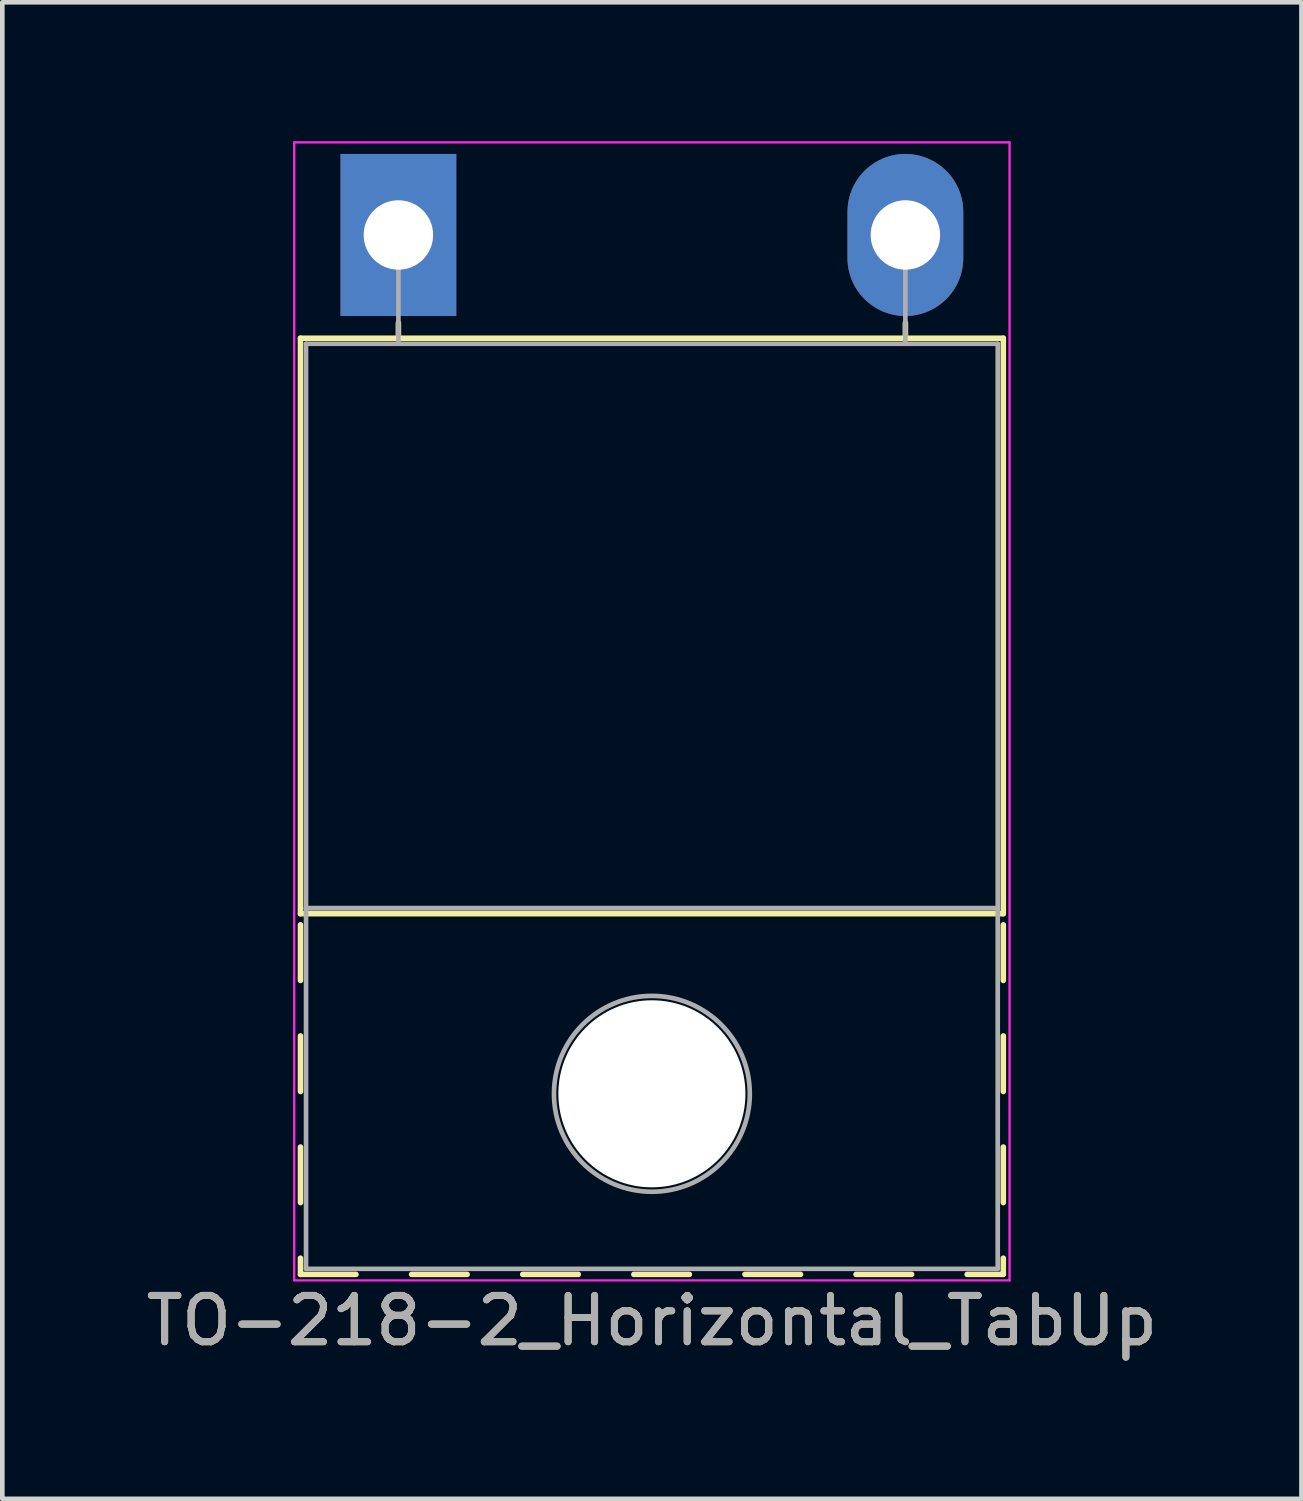
<source format=kicad_pcb>
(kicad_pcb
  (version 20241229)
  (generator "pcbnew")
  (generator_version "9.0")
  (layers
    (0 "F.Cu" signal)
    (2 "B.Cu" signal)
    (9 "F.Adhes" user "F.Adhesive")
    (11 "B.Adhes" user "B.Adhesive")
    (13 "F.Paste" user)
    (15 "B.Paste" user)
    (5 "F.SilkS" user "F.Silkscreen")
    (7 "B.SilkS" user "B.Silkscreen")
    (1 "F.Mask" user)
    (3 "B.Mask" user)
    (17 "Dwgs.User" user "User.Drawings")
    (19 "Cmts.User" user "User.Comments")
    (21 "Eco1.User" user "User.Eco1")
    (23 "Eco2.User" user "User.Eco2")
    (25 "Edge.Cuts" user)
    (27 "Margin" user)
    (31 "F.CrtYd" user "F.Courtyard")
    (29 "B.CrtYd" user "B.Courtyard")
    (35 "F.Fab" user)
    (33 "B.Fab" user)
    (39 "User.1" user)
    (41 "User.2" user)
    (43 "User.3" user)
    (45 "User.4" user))
  (footprint "TO-218-2_Horizontal_TabUp"
    (layer "F.Cu")
    (at 5.555 2.025)
    (property "Reference" "TO-218-2_Horizontal_TabUp" (at 5.475 23.45 0) (layer "F.SilkS") (effects (font (size 1 1) (thickness 0.15))))
    (attr through_hole)
    (fp_line (start -2.115 2.23) (end -2.115 14.66) (stroke (width 0.12) (type solid)) (layer "F.SilkS"))
    (fp_line (start -2.115 2.23) (end 13.065 2.23) (stroke (width 0.12) (type solid)) (layer "F.SilkS"))
    (fp_line (start -2.115 14.66) (end 13.065 14.66) (stroke (width 0.12) (type solid)) (layer "F.SilkS"))
    (fp_line (start -2.115 14.9) (end -2.115 16.101) (stroke (width 0.12) (type solid)) (layer "F.SilkS"))
    (fp_line (start -2.115 17.3) (end -2.115 18.5) (stroke (width 0.12) (type solid)) (layer "F.SilkS"))
    (fp_line (start -2.115 19.7) (end -2.115 20.9) (stroke (width 0.12) (type solid)) (layer "F.SilkS"))
    (fp_line (start -2.115 22.1) (end -2.115 22.45) (stroke (width 0.12) (type solid)) (layer "F.SilkS"))
    (fp_line (start -2.115 22.45) (end -0.916 22.45) (stroke (width 0.12) (type solid)) (layer "F.SilkS"))
    (fp_line (start 0 1.9) (end 0 2.23) (stroke (width 0.12) (type solid)) (layer "F.SilkS"))
    (fp_line (start 0.285 22.45) (end 1.485 22.45) (stroke (width 0.12) (type solid)) (layer "F.SilkS"))
    (fp_line (start 2.685 22.45) (end 3.885 22.45) (stroke (width 0.12) (type solid)) (layer "F.SilkS"))
    (fp_line (start 5.085 22.45) (end 6.285 22.45) (stroke (width 0.12) (type solid)) (layer "F.SilkS"))
    (fp_line (start 7.485 22.45) (end 8.685 22.45) (stroke (width 0.12) (type solid)) (layer "F.SilkS"))
    (fp_line (start 9.885 22.45) (end 11.085 22.45) (stroke (width 0.12) (type solid)) (layer "F.SilkS"))
    (fp_line (start 10.95 1.9) (end 10.95 2.23) (stroke (width 0.12) (type solid)) (layer "F.SilkS"))
    (fp_line (start 12.285 22.45) (end 13.065 22.45) (stroke (width 0.12) (type solid)) (layer "F.SilkS"))
    (fp_line (start 13.065 2.23) (end 13.065 14.66) (stroke (width 0.12) (type solid)) (layer "F.SilkS"))
    (fp_line (start 13.065 14.9) (end 13.065 16.101) (stroke (width 0.12) (type solid)) (layer "F.SilkS"))
    (fp_line (start 13.065 17.3) (end 13.065 18.5) (stroke (width 0.12) (type solid)) (layer "F.SilkS"))
    (fp_line (start 13.065 19.7) (end 13.065 20.9) (stroke (width 0.12) (type solid)) (layer "F.SilkS"))
    (fp_line (start 13.065 22.1) (end 13.065 22.45) (stroke (width 0.12) (type solid)) (layer "F.SilkS"))
    (fp_line (start -2.25 -2) (end -2.25 22.58) (stroke (width 0.05) (type solid)) (layer "F.CrtYd"))
    (fp_line (start -2.25 22.58) (end 13.2 22.58) (stroke (width 0.05) (type solid)) (layer "F.CrtYd"))
    (fp_line (start 13.2 -2) (end -2.25 -2) (stroke (width 0.05) (type solid)) (layer "F.CrtYd"))
    (fp_line (start 13.2 22.58) (end 13.2 -2) (stroke (width 0.05) (type solid)) (layer "F.CrtYd"))
    (fp_line (start -1.995 2.35) (end -1.995 14.54) (stroke (width 0.1) (type solid)) (layer "F.Fab"))
    (fp_line (start -1.995 14.54) (end -1.995 22.33) (stroke (width 0.1) (type solid)) (layer "F.Fab"))
    (fp_line (start -1.995 14.54) (end 12.945 14.54) (stroke (width 0.1) (type solid)) (layer "F.Fab"))
    (fp_line (start -1.995 22.33) (end 12.945 22.33) (stroke (width 0.1) (type solid)) (layer "F.Fab"))
    (fp_line (start 0 2.35) (end 0 0) (stroke (width 0.1) (type solid)) (layer "F.Fab"))
    (fp_line (start 10.95 2.35) (end 10.95 0) (stroke (width 0.1) (type solid)) (layer "F.Fab"))
    (fp_line (start 12.945 2.35) (end -1.995 2.35) (stroke (width 0.1) (type solid)) (layer "F.Fab"))
    (fp_line (start 12.945 14.54) (end -1.995 14.54) (stroke (width 0.1) (type solid)) (layer "F.Fab"))
    (fp_line (start 12.945 14.54) (end 12.945 2.35) (stroke (width 0.1) (type solid)) (layer "F.Fab"))
    (fp_line (start 12.945 22.33) (end 12.945 14.54) (stroke (width 0.1) (type solid)) (layer "F.Fab"))
    (fp_circle (center 5.475 18.55) (end 7.59 18.55) (stroke (width 0.1) (type solid)) (fill no) (layer "F.Fab"))
    (fp_text user "${REFERENCE}" (at 5.475 23.45 0) (layer "F.Fab") (effects (font (size 1 1) (thickness 0.15))))
    (pad "" np_thru_hole oval (at 5.475 18.55) (size 4.04 4.04) (drill 4.04) (layers "*.Cu" "*.Mask"))
    (pad "1" thru_hole rect (at 0 0) (size 2.5 3.5) (drill 1.5) (layers "*.Cu" "*.Mask"))
    (pad "2" thru_hole oval (at 10.95 0) (size 2.5 3.5) (drill 1.5) (layers "*.Cu" "*.Mask")))
  (gr_rect
    (start -3 -3)
    (end 25.06 29.323)
    (stroke (width 0.1) (type default))
    (fill no)
    (layer "Edge.Cuts")))
</source>
